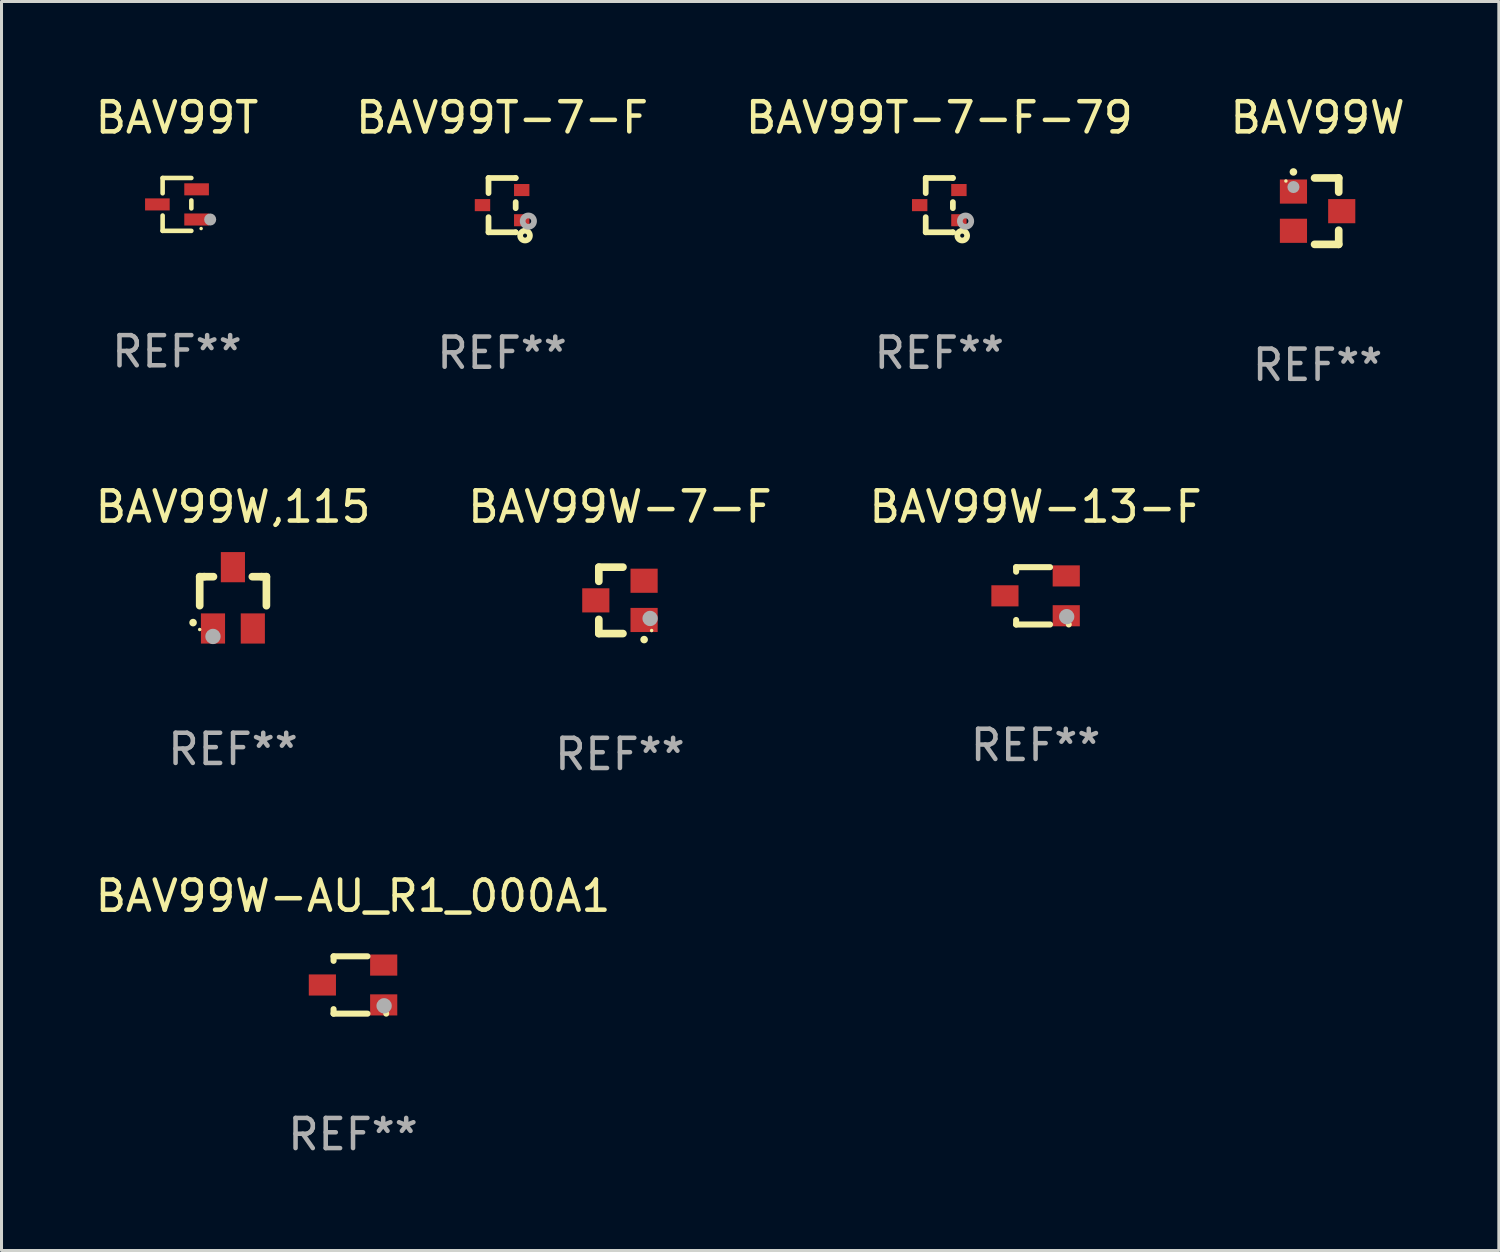
<source format=kicad_pcb>
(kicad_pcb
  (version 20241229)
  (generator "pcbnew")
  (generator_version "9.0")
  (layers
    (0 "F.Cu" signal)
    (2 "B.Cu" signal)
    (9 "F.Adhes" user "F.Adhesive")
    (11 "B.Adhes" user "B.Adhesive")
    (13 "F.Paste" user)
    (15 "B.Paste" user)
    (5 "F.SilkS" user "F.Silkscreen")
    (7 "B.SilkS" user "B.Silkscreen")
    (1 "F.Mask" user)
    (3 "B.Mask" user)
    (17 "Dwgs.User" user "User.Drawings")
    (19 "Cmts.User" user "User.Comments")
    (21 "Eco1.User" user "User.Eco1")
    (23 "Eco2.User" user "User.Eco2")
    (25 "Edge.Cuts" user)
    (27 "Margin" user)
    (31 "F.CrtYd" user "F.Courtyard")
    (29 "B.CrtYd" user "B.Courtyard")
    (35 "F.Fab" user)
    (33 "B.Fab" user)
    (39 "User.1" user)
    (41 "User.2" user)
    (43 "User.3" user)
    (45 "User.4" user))
  (footprint "BAV99W"
    (layer "F.Cu")
    (at 40.613 3.948)
    (property "Reference" "BAV99W" (at 0 -3.1 0) (layer "F.SilkS") (effects (font (size 1 1) (thickness 0.15))))
    (attr through_hole)
    (fp_line (start 0.7 -1.1) (end -0.1 -1.1) (stroke (width 0.254) (type solid)) (layer "F.SilkS"))
    (fp_line (start 0.7 -1.1) (end 0.7 -0.631) (stroke (width 0.254) (type solid)) (layer "F.SilkS"))
    (fp_line (start 0.7 0.631) (end 0.7 1.1) (stroke (width 0.254) (type solid)) (layer "F.SilkS"))
    (fp_line (start 0.7 1.1) (end -0.1 1.1) (stroke (width 0.254) (type solid)) (layer "F.SilkS"))
    (fp_arc (start -0.80254 -1.3) (mid -0.80127 -1.300007) (end -0.8 -1.3) (stroke (width 0.24892) (type solid)) (layer "F.SilkS"))
    (fp_circle (center -1.05 -1) (end -1.02 -1) (stroke (width 0.06) (type solid)) (fill no) (layer "F.SilkS"))
    (fp_circle (center -0.8 -0.8) (end -0.7 -0.8) (stroke (width 0.2) (type solid)) (fill no) (layer "F.Fab"))
    (fp_text user "REF**" (at 0 5.1 0) (layer "F.Fab") (effects (font (size 1 1) (thickness 0.15))))
    (pad "1" smd rect (at -0.8 -0.65 270) (size 0.8 0.9) (layers "F.Cu" "F.Mask" "F.Paste"))
    (pad "2" smd rect (at -0.8 0.65 270) (size 0.8 0.9) (layers "F.Cu" "F.Mask" "F.Paste"))
    (pad "3" smd rect (at 0.8 -0.000102 270) (size 0.8 0.9) (layers "F.Cu" "F.Mask" "F.Paste")))
  (footprint "BAV99W,115"
    (layer "F.Cu")
    (at 4.673 16.761)
    (property "Reference" "BAV99W,115" (at 0 -3.016 0) (layer "F.SilkS") (effects (font (size 1 1) (thickness 0.15))))
    (attr through_hole)
    (fp_line (start -1.105 -0.701) (end -1.105 0.259) (stroke (width 0.254) (type solid)) (layer "F.SilkS"))
    (fp_line (start -0.955 -0.701) (end -1.105 -0.701) (stroke (width 0.254) (type solid)) (layer "F.SilkS"))
    (fp_line (start -0.955 -0.701) (end -0.649 -0.701) (stroke (width 0.254) (type solid)) (layer "F.SilkS"))
    (fp_line (start 0.639 -0.701) (end 0.945 -0.701) (stroke (width 0.254) (type solid)) (layer "F.SilkS"))
    (fp_line (start 0.945 -0.701) (end 1.105 -0.701) (stroke (width 0.254) (type solid)) (layer "F.SilkS"))
    (fp_line (start 1.105 -0.701) (end 1.105 0.261) (stroke (width 0.254) (type solid)) (layer "F.SilkS"))
    (fp_arc (start -1.324994 0.82253) (mid -1.325 0.82126) (end -1.324994 0.81999) (stroke (width 0.24892) (type solid)) (layer "F.SilkS"))
    (fp_circle (center -1.105 1.05) (end -1.075 1.05) (stroke (width 0.06) (type solid)) (fill no) (layer "F.SilkS"))
    (fp_circle (center -0.665 1.28) (end -0.538 1.28) (stroke (width 0.254) (type solid)) (fill no) (layer "F.Fab"))
    (fp_text user "REF**" (at 0 5.016 0) (layer "F.Fab") (effects (font (size 1 1) (thickness 0.15))))
    (pad "1" smd rect (at -0.665 1.016) (size 0.8 1) (layers "F.Cu" "F.Mask" "F.Paste"))
    (pad "2" smd rect (at 0.655 1.016) (size 0.8 1) (layers "F.Cu" "F.Mask" "F.Paste"))
    (pad "3" smd rect (at -0.005 -1.016) (size 0.8 1) (layers "F.Cu" "F.Mask" "F.Paste")))
  (footprint "BAV99T-7-F-79"
    (layer "F.Cu")
    (at 28.077 3.748)
    (property "Reference" "BAV99T-7-F-79" (at 0 -2.9 0) (layer "F.SilkS") (effects (font (size 1 1) (thickness 0.15))))
    (attr through_hole)
    (fp_line (start -0.45 -0.9) (end 0.45 -0.9) (stroke (width 0.19) (type solid)) (layer "F.SilkS"))
    (fp_line (start -0.45 -0.399) (end -0.45 -0.9) (stroke (width 0.19) (type solid)) (layer "F.SilkS"))
    (fp_line (start -0.45 0.9) (end -0.45 0.399) (stroke (width 0.19) (type solid)) (layer "F.SilkS"))
    (fp_line (start -0.45 0.9) (end 0.45 0.9) (stroke (width 0.19) (type solid)) (layer "F.SilkS"))
    (fp_line (start 0.45 -0.899) (end 0.45 -0.9) (stroke (width 0.19) (type solid)) (layer "F.SilkS"))
    (fp_line (start 0.45 0.101) (end 0.45 -0.101) (stroke (width 0.19) (type solid)) (layer "F.SilkS"))
    (fp_line (start 0.45 0.9) (end 0.45 0.899) (stroke (width 0.19) (type solid)) (layer "F.SilkS"))
    (fp_circle (center 0.76 1.01) (end 0.827 1.01) (stroke (width 0.19) (type solid)) (fill no) (layer "F.SilkS"))
    (fp_circle (center 0.8 0.8) (end 0.81 0.8) (stroke (width 0.02) (type solid)) (fill no) (layer "F.SilkS"))
    (fp_circle (center 0.87 0.53) (end 0.964 0.53) (stroke (width 0.19) (type solid)) (fill no) (layer "F.Fab"))
    (fp_text user "REF**" (at 0 4.9 0) (layer "F.Fab") (effects (font (size 1 1) (thickness 0.15))))
    (pad "1" smd rect (at 0.65 0.5 90) (size 0.4 0.51) (layers "F.Cu" "F.Mask" "F.Paste"))
    (pad "2" smd rect (at 0.65 -0.5 90) (size 0.4 0.51) (layers "F.Cu" "F.Mask" "F.Paste"))
    (pad "3" smd rect (at -0.65 0.000127 90) (size 0.4 0.51) (layers "F.Cu" "F.Mask" "F.Paste")))
  (footprint "BAV99T-7-F"
    (layer "F.Cu")
    (at 13.589 3.748)
    (property "Reference" "BAV99T-7-F" (at 0 -2.9 0) (layer "F.SilkS") (effects (font (size 1 1) (thickness 0.15))))
    (attr through_hole)
    (fp_line (start -0.45 -0.9) (end 0.45 -0.9) (stroke (width 0.19) (type solid)) (layer "F.SilkS"))
    (fp_line (start -0.45 -0.399) (end -0.45 -0.9) (stroke (width 0.19) (type solid)) (layer "F.SilkS"))
    (fp_line (start -0.45 0.9) (end -0.45 0.399) (stroke (width 0.19) (type solid)) (layer "F.SilkS"))
    (fp_line (start -0.45 0.9) (end 0.45 0.9) (stroke (width 0.19) (type solid)) (layer "F.SilkS"))
    (fp_line (start 0.45 -0.899) (end 0.45 -0.9) (stroke (width 0.19) (type solid)) (layer "F.SilkS"))
    (fp_line (start 0.45 0.101) (end 0.45 -0.101) (stroke (width 0.19) (type solid)) (layer "F.SilkS"))
    (fp_line (start 0.45 0.9) (end 0.45 0.899) (stroke (width 0.19) (type solid)) (layer "F.SilkS"))
    (fp_circle (center 0.76 1.01) (end 0.827 1.01) (stroke (width 0.19) (type solid)) (fill no) (layer "F.SilkS"))
    (fp_circle (center 0.8 0.8) (end 0.81 0.8) (stroke (width 0.02) (type solid)) (fill no) (layer "F.SilkS"))
    (fp_circle (center 0.87 0.53) (end 0.964 0.53) (stroke (width 0.19) (type solid)) (fill no) (layer "F.Fab"))
    (fp_text user "REF**" (at 0 4.9 0) (layer "F.Fab") (effects (font (size 1 1) (thickness 0.15))))
    (pad "1" smd rect (at 0.65 0.5 90) (size 0.4 0.51) (layers "F.Cu" "F.Mask" "F.Paste"))
    (pad "2" smd rect (at 0.65 -0.5 90) (size 0.4 0.51) (layers "F.Cu" "F.Mask" "F.Paste"))
    (pad "3" smd rect (at -0.65 0.000127 90) (size 0.4 0.51) (layers "F.Cu" "F.Mask" "F.Paste")))
  (footprint "BAV99W-13-F"
    (layer "F.Cu")
    (at 31.268 16.695)
    (property "Reference" "BAV99W-13-F" (at 0 -2.95 0) (layer "F.SilkS") (effects (font (size 1 1) (thickness 0.15))))
    (attr through_hole)
    (fp_line (start -0.645 -0.95) (end 0.48 -0.95) (stroke (width 0.201) (type solid)) (layer "F.SilkS"))
    (fp_line (start -0.645 -0.8) (end -0.645 -0.95) (stroke (width 0.201) (type solid)) (layer "F.SilkS"))
    (fp_line (start -0.645 0.95) (end -0.645 0.8) (stroke (width 0.201) (type solid)) (layer "F.SilkS"))
    (fp_line (start 0.48 0.95) (end -0.645 0.95) (stroke (width 0.201) (type solid)) (layer "F.SilkS"))
    (fp_circle (center 1.1 0.95) (end 1.15 0.95) (stroke (width 0.1) (type solid)) (fill no) (layer "F.SilkS"))
    (fp_circle (center 1.03 0.69) (end 1.157 0.69) (stroke (width 0.254) (type solid)) (fill no) (layer "F.Fab"))
    (fp_text user "REF**" (at 0 4.95 0) (layer "F.Fab") (effects (font (size 1 1) (thickness 0.15))))
    (pad "1" smd rect (at 1.016 0.66 90) (size 0.7 0.9) (layers "F.Cu" "F.Mask" "F.Paste"))
    (pad "2" smd rect (at 1.016 -0.66 90) (size 0.7 0.9) (layers "F.Cu" "F.Mask" "F.Paste"))
    (pad "3" smd rect (at -1.016 0 90) (size 0.7 0.9) (layers "F.Cu" "F.Mask" "F.Paste")))
  (footprint "BAV99W-7-F"
    (layer "F.Cu")
    (at 17.494 16.845)
    (property "Reference" "BAV99W-7-F" (at 0 -3.1 0) (layer "F.SilkS") (effects (font (size 1 1) (thickness 0.15))))
    (attr through_hole)
    (fp_line (start -0.7 -1.1) (end 0.1 -1.1) (stroke (width 0.254) (type solid)) (layer "F.SilkS"))
    (fp_line (start -0.7 -0.631) (end -0.7 -1.1) (stroke (width 0.254) (type solid)) (layer "F.SilkS"))
    (fp_line (start -0.7 1.1) (end -0.7 0.631) (stroke (width 0.254) (type solid)) (layer "F.SilkS"))
    (fp_line (start -0.7 1.1) (end 0.1 1.1) (stroke (width 0.254) (type solid)) (layer "F.SilkS"))
    (fp_arc (start 0.8 1.3) (mid 0.80127 1.299994) (end 0.80254 1.3) (stroke (width 0.24892) (type solid)) (layer "F.SilkS"))
    (fp_circle (center 1.05 1) (end 1.08 1) (stroke (width 0.06) (type solid)) (fill no) (layer "F.SilkS"))
    (fp_circle (center 1 0.6) (end 1.127 0.6) (stroke (width 0.254) (type solid)) (fill no) (layer "F.Fab"))
    (fp_text user "REF**" (at 0 5.1 0) (layer "F.Fab") (effects (font (size 1 1) (thickness 0.15))))
    (pad "1" smd rect (at 0.8 0.65 90) (size 0.8 0.9) (layers "F.Cu" "F.Mask" "F.Paste"))
    (pad "2" smd rect (at 0.8 -0.65 90) (size 0.8 0.9) (layers "F.Cu" "F.Mask" "F.Paste"))
    (pad "3" smd rect (at -0.8 0 90) (size 0.8 0.9) (layers "F.Cu" "F.Mask" "F.Paste")))
  (footprint "BAV99W-AU_R1_000A1"
    (layer "F.Cu")
    (at 8.649 29.591)
    (property "Reference" "BAV99W-AU_R1_000A1" (at 0 -2.95 0) (layer "F.SilkS") (effects (font (size 1 1) (thickness 0.15))))
    (attr through_hole)
    (fp_line (start -0.645 -0.95) (end 0.48 -0.95) (stroke (width 0.201) (type solid)) (layer "F.SilkS"))
    (fp_line (start -0.645 -0.8) (end -0.645 -0.95) (stroke (width 0.201) (type solid)) (layer "F.SilkS"))
    (fp_line (start -0.645 0.95) (end -0.645 0.8) (stroke (width 0.201) (type solid)) (layer "F.SilkS"))
    (fp_line (start 0.48 0.95) (end -0.645 0.95) (stroke (width 0.201) (type solid)) (layer "F.SilkS"))
    (fp_circle (center 1.1 0.95) (end 1.15 0.95) (stroke (width 0.1) (type solid)) (fill no) (layer "F.SilkS"))
    (fp_circle (center 1.03 0.69) (end 1.157 0.69) (stroke (width 0.254) (type solid)) (fill no) (layer "F.Fab"))
    (fp_text user "REF**" (at 0 4.95 0) (layer "F.Fab") (effects (font (size 1 1) (thickness 0.15))))
    (pad "1" smd rect (at 1.016 0.66 90) (size 0.7 0.9) (layers "F.Cu" "F.Mask" "F.Paste"))
    (pad "2" smd rect (at 1.016 -0.66 90) (size 0.7 0.9) (layers "F.Cu" "F.Mask" "F.Paste"))
    (pad "3" smd rect (at -1.016 0 90) (size 0.7 0.9) (layers "F.Cu" "F.Mask" "F.Paste")))
  (footprint "BAV99T"
    (layer "F.Cu")
    (at 2.815 3.724)
    (property "Reference" "BAV99T" (at 0 -2.876 0) (layer "F.SilkS") (effects (font (size 1 1) (thickness 0.15))))
    (attr through_hole)
    (fp_line (start -0.476 -0.876) (end -0.476 -0.369) (stroke (width 0.152) (type solid)) (layer "F.SilkS"))
    (fp_line (start -0.476 0.876) (end -0.476 0.369) (stroke (width 0.152) (type solid)) (layer "F.SilkS"))
    (fp_line (start 0.476 -0.876) (end -0.476 -0.876) (stroke (width 0.152) (type solid)) (layer "F.SilkS"))
    (fp_line (start 0.476 -0.131) (end 0.476 0.131) (stroke (width 0.152) (type solid)) (layer "F.SilkS"))
    (fp_line (start 0.476 0.876) (end -0.476 0.876) (stroke (width 0.152) (type solid)) (layer "F.SilkS"))
    (fp_circle (center 0.8 0.8) (end 0.83 0.8) (stroke (width 0.06) (type solid)) (fill no) (layer "F.SilkS"))
    (fp_circle (center 1.1 0.5) (end 1.2 0.5) (stroke (width 0.2) (type solid)) (fill no) (layer "F.Fab"))
    (fp_text user "REF**" (at 0 4.876 0) (layer "F.Fab") (effects (font (size 1 1) (thickness 0.15))))
    (pad "1" smd rect (at 0.65 0.5) (size 0.816 0.4) (layers "F.Cu" "F.Mask" "F.Paste"))
    (pad "2" smd rect (at 0.65 -0.5) (size 0.816 0.4) (layers "F.Cu" "F.Mask" "F.Paste"))
    (pad "3" smd rect (at -0.65 0) (size 0.816 0.4) (layers "F.Cu" "F.Mask" "F.Paste")))
  (gr_rect
    (start -3 -3)
    (end 46.619 38.389)
    (stroke (width 0.1) (type default))
    (fill no)
    (layer "Edge.Cuts")))
</source>
